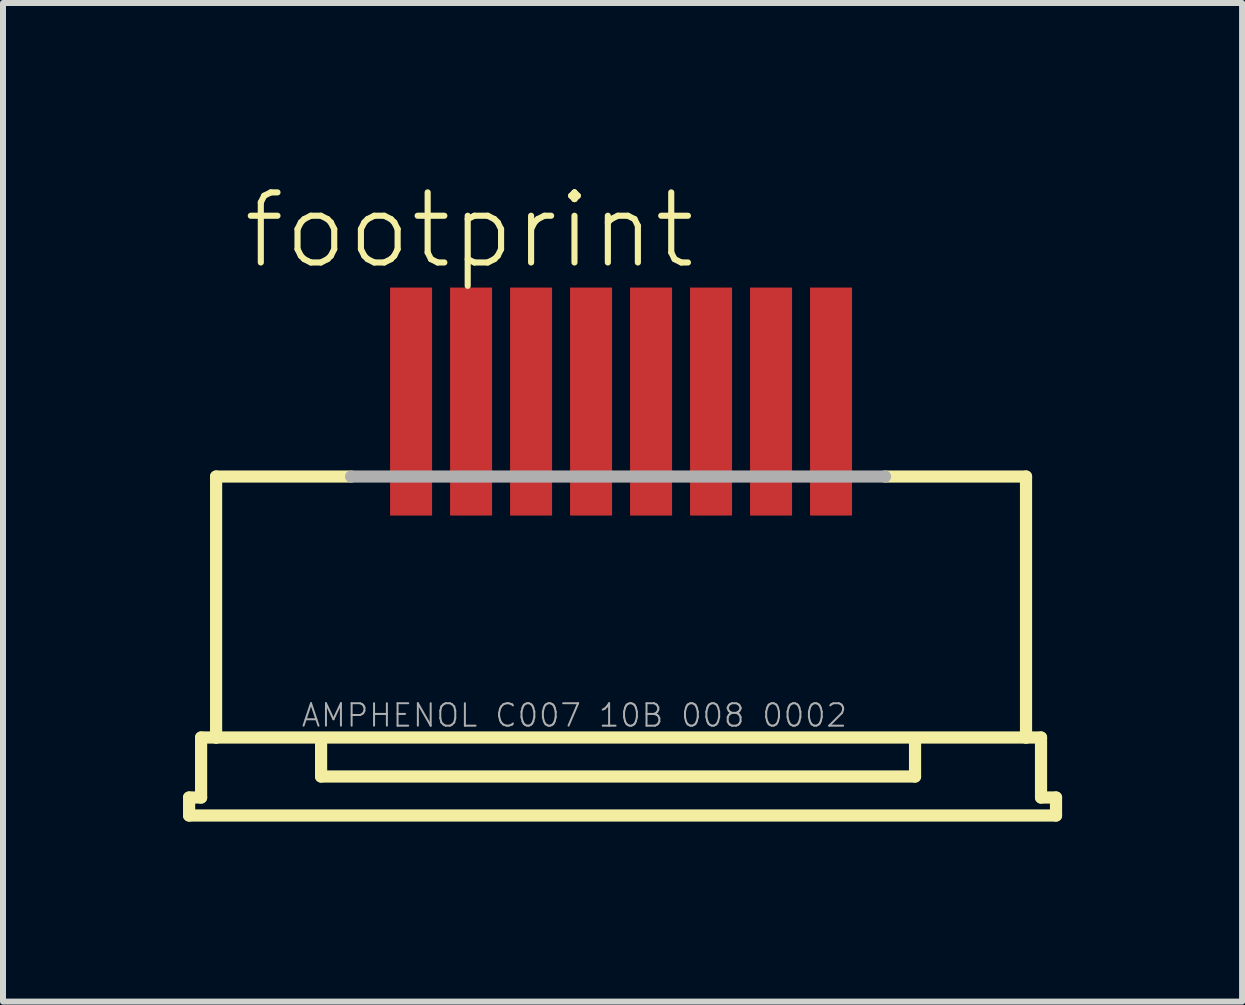
<source format=kicad_pcb>
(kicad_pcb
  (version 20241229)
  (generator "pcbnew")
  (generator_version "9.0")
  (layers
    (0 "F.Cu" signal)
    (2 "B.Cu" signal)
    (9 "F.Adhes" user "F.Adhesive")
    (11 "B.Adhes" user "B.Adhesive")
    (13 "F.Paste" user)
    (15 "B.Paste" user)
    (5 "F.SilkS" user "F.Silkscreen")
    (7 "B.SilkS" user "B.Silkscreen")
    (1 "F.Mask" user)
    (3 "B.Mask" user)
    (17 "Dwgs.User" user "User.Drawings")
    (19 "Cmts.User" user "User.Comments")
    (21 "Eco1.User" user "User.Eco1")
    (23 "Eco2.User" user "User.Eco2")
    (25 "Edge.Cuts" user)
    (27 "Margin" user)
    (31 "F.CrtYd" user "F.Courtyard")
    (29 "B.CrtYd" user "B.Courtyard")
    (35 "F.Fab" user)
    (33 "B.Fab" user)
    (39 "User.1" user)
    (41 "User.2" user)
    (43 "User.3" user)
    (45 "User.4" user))
  (footprint "footprint"
    (layer "F.Cu")
    (at 7.302 6.553)
    (property "Reference" "footprint" (at -6.35 -5.08 0) (layer "F.SilkS") (effects (font (size 1.168 1.168) (thickness 0.102)) (justify left bottom)))
    (fp_line (start -7.2 3.69) (end -7 3.69) (stroke (width 0.203) (type solid)) (layer "F.SilkS"))
    (fp_line (start -7.2 3.99) (end -7.2 3.69) (stroke (width 0.203) (type solid)) (layer "F.SilkS"))
    (fp_line (start -7 2.69) (end -6.75 2.69) (stroke (width 0.203) (type solid)) (layer "F.SilkS"))
    (fp_line (start -7 3.69) (end -7 2.69) (stroke (width 0.203) (type solid)) (layer "F.SilkS"))
    (fp_line (start -6.75 -1.66) (end -4.5 -1.66) (stroke (width 0.203) (type solid)) (layer "F.SilkS"))
    (fp_line (start -6.75 2.69) (end -6.75 -1.66) (stroke (width 0.203) (type solid)) (layer "F.SilkS"))
    (fp_line (start -6.75 2.69) (end 6.75 2.69) (stroke (width 0.203) (type solid)) (layer "F.SilkS"))
    (fp_line (start -5 2.79) (end -5 3.34) (stroke (width 0.203) (type solid)) (layer "F.SilkS"))
    (fp_line (start 4.4 -1.66) (end 6.75 -1.66) (stroke (width 0.203) (type solid)) (layer "F.SilkS"))
    (fp_line (start 4.9 3.34) (end -5 3.34) (stroke (width 0.203) (type solid)) (layer "F.SilkS"))
    (fp_line (start 4.9 3.34) (end 4.9 2.79) (stroke (width 0.203) (type solid)) (layer "F.SilkS"))
    (fp_line (start 6.75 -1.66) (end 6.75 2.69) (stroke (width 0.203) (type solid)) (layer "F.SilkS"))
    (fp_line (start 6.75 2.69) (end 7 2.69) (stroke (width 0.203) (type solid)) (layer "F.SilkS"))
    (fp_line (start 7 2.69) (end 7 3.69) (stroke (width 0.203) (type solid)) (layer "F.SilkS"))
    (fp_line (start 7 3.69) (end 7.25 3.69) (stroke (width 0.203) (type solid)) (layer "F.SilkS"))
    (fp_line (start 7.25 3.69) (end 7.25 3.99) (stroke (width 0.203) (type solid)) (layer "F.SilkS"))
    (fp_line (start 7.25 3.99) (end -7.2 3.99) (stroke (width 0.203) (type solid)) (layer "F.SilkS"))
    (fp_line (start -4.5 -1.66) (end 4.4 -1.66) (stroke (width 0.203) (type solid)) (layer "F.Fab"))
    (fp_text user "AMPHENOL C007 10B 008 0002" (at -5.35 2.54 0) (layer "F.Fab") (effects (font (size 0.374 0.374) (thickness 0.033)) (justify left bottom)))
    (pad "1" smd rect (at -3.5 -2.91) (size 0.7 3.8) (layers "F.Cu" "F.Mask" "F.Paste"))
    (pad "2" smd rect (at -2.5 -2.91) (size 0.7 3.8) (layers "F.Cu" "F.Mask" "F.Paste"))
    (pad "3" smd rect (at -1.5 -2.91) (size 0.7 3.8) (layers "F.Cu" "F.Mask" "F.Paste"))
    (pad "4" smd rect (at -0.5 -2.91) (size 0.7 3.8) (layers "F.Cu" "F.Mask" "F.Paste"))
    (pad "5" smd rect (at 0.5 -2.91) (size 0.7 3.8) (layers "F.Cu" "F.Mask" "F.Paste"))
    (pad "6" smd rect (at 1.5 -2.91) (size 0.7 3.8) (layers "F.Cu" "F.Mask" "F.Paste"))
    (pad "7" smd rect (at 2.5 -2.91) (size 0.7 3.8) (layers "F.Cu" "F.Mask" "F.Paste"))
    (pad "8" smd rect (at 3.5 -2.91) (size 0.7 3.8) (layers "F.Cu" "F.Mask" "F.Paste")))
  (gr_rect
    (start -3 -3)
    (end 17.653 13.645)
    (stroke (width 0.1) (type default))
    (fill no)
    (layer "Edge.Cuts")))
</source>
